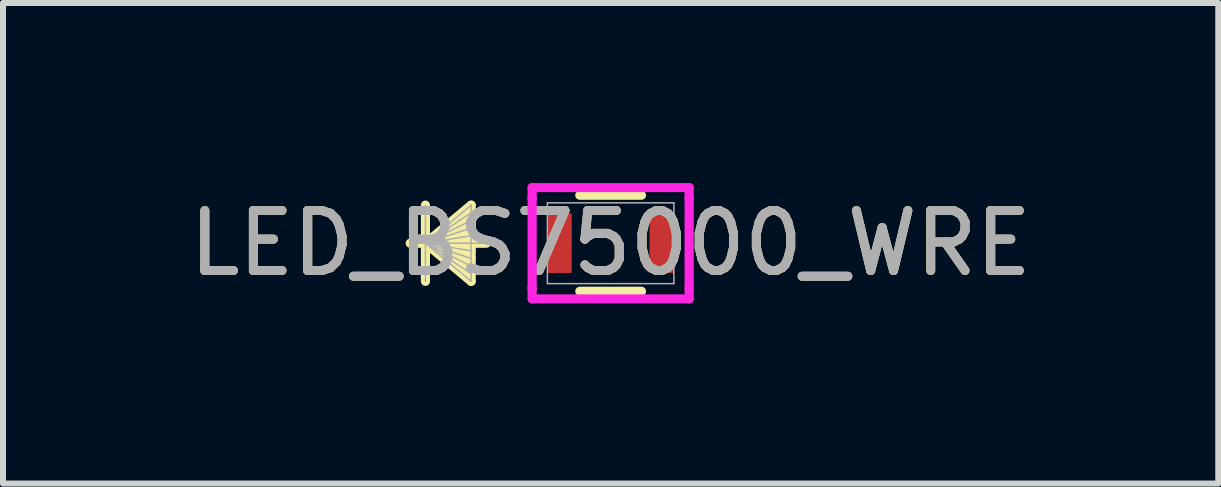
<source format=kicad_pcb>
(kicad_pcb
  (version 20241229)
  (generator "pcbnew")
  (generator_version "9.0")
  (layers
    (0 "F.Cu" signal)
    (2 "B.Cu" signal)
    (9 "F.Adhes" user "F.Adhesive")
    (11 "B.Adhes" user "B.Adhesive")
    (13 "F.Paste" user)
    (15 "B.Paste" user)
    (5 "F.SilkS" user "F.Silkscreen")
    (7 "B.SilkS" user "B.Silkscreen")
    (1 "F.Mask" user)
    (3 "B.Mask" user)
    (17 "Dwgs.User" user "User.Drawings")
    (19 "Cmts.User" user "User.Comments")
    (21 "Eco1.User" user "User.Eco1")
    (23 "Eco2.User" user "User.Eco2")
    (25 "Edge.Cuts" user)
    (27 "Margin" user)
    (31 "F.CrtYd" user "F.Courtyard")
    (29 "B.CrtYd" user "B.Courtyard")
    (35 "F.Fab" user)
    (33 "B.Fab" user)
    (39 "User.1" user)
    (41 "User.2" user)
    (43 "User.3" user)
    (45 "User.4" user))
  (footprint "LED_BS75000_WRE"
    (layer "F.Cu")
    (at 7.125 1.003)
    (property "Reference" "LED_BS75000_WRE" (at 0 0 0) (unlocked yes) (layer "F.SilkS") (effects (font (size 1 1) (thickness 0.15))))
    (attr smd)
    (fp_line (start -3.086 -0.635) (end -3.086 0.635) (stroke (width 0.152) (type solid)) (layer "F.SilkS"))
    (fp_line (start -3.086 0) (end -2.324 -0.635) (stroke (width 0.152) (type solid)) (layer "F.SilkS"))
    (fp_line (start -3.086 0) (end -2.324 -0.508) (stroke (width 0.152) (type solid)) (layer "F.SilkS"))
    (fp_line (start -3.086 0) (end -2.324 -0.381) (stroke (width 0.152) (type solid)) (layer "F.SilkS"))
    (fp_line (start -3.086 0) (end -2.324 -0.254) (stroke (width 0.152) (type solid)) (layer "F.SilkS"))
    (fp_line (start -3.086 0) (end -2.324 -0.127) (stroke (width 0.152) (type solid)) (layer "F.SilkS"))
    (fp_line (start -3.086 0) (end -2.324 0.127) (stroke (width 0.152) (type solid)) (layer "F.SilkS"))
    (fp_line (start -3.086 0) (end -2.324 0.254) (stroke (width 0.152) (type solid)) (layer "F.SilkS"))
    (fp_line (start -3.086 0) (end -2.324 0.381) (stroke (width 0.152) (type solid)) (layer "F.SilkS"))
    (fp_line (start -3.086 0) (end -2.324 0.508) (stroke (width 0.152) (type solid)) (layer "F.SilkS"))
    (fp_line (start -3.086 0) (end -2.324 0.635) (stroke (width 0.152) (type solid)) (layer "F.SilkS"))
    (fp_line (start -2.324 -0.635) (end -2.324 0.635) (stroke (width 0.152) (type solid)) (layer "F.SilkS"))
    (fp_line (start -2.07 0) (end -3.34 0) (stroke (width 0.152) (type solid)) (layer "F.SilkS"))
    (fp_line (start -0.514 0.8) (end 0.514 0.8) (stroke (width 0.152) (type solid)) (layer "F.SilkS"))
    (fp_line (start 0.514 -0.8) (end -0.514 -0.8) (stroke (width 0.152) (type solid)) (layer "F.SilkS"))
    (fp_line (start -1.308 -0.927) (end 1.308 -0.927) (stroke (width 0.152) (type solid)) (layer "F.CrtYd"))
    (fp_line (start -1.308 -0.749) (end -1.308 -0.927) (stroke (width 0.152) (type solid)) (layer "F.CrtYd"))
    (fp_line (start -1.308 -0.749) (end -1.308 -0.749) (stroke (width 0.152) (type solid)) (layer "F.CrtYd"))
    (fp_line (start -1.308 0.749) (end -1.308 -0.749) (stroke (width 0.152) (type solid)) (layer "F.CrtYd"))
    (fp_line (start -1.308 0.749) (end -1.308 0.749) (stroke (width 0.152) (type solid)) (layer "F.CrtYd"))
    (fp_line (start -1.308 0.927) (end -1.308 0.749) (stroke (width 0.152) (type solid)) (layer "F.CrtYd"))
    (fp_line (start 1.308 -0.927) (end 1.308 -0.749) (stroke (width 0.152) (type solid)) (layer "F.CrtYd"))
    (fp_line (start 1.308 -0.749) (end 1.308 -0.749) (stroke (width 0.152) (type solid)) (layer "F.CrtYd"))
    (fp_line (start 1.308 -0.749) (end 1.308 0.749) (stroke (width 0.152) (type solid)) (layer "F.CrtYd"))
    (fp_line (start 1.308 0.749) (end 1.308 0.749) (stroke (width 0.152) (type solid)) (layer "F.CrtYd"))
    (fp_line (start 1.308 0.749) (end 1.308 0.927) (stroke (width 0.152) (type solid)) (layer "F.CrtYd"))
    (fp_line (start 1.308 0.927) (end -1.308 0.927) (stroke (width 0.152) (type solid)) (layer "F.CrtYd"))
    (fp_line (start -3.086 -0.635) (end -3.086 0.635) (stroke (width 0.025) (type solid)) (layer "F.Fab"))
    (fp_line (start -3.086 0) (end -2.324 -0.635) (stroke (width 0.025) (type solid)) (layer "F.Fab"))
    (fp_line (start -3.086 0) (end -2.324 -0.508) (stroke (width 0.025) (type solid)) (layer "F.Fab"))
    (fp_line (start -3.086 0) (end -2.324 -0.381) (stroke (width 0.025) (type solid)) (layer "F.Fab"))
    (fp_line (start -3.086 0) (end -2.324 -0.254) (stroke (width 0.025) (type solid)) (layer "F.Fab"))
    (fp_line (start -3.086 0) (end -2.324 -0.127) (stroke (width 0.025) (type solid)) (layer "F.Fab"))
    (fp_line (start -3.086 0) (end -2.324 0.127) (stroke (width 0.025) (type solid)) (layer "F.Fab"))
    (fp_line (start -3.086 0) (end -2.324 0.254) (stroke (width 0.025) (type solid)) (layer "F.Fab"))
    (fp_line (start -3.086 0) (end -2.324 0.381) (stroke (width 0.025) (type solid)) (layer "F.Fab"))
    (fp_line (start -3.086 0) (end -2.324 0.508) (stroke (width 0.025) (type solid)) (layer "F.Fab"))
    (fp_line (start -3.086 0) (end -2.324 0.635) (stroke (width 0.025) (type solid)) (layer "F.Fab"))
    (fp_line (start -2.324 -0.635) (end -2.324 0.635) (stroke (width 0.025) (type solid)) (layer "F.Fab"))
    (fp_line (start -2.07 0) (end -3.34 0) (stroke (width 0.025) (type solid)) (layer "F.Fab"))
    (fp_line (start -1.054 -0.673) (end -1.054 0.673) (stroke (width 0.025) (type solid)) (layer "F.Fab"))
    (fp_line (start -1.054 0.673) (end 1.054 0.673) (stroke (width 0.025) (type solid)) (layer "F.Fab"))
    (fp_line (start 1.054 -0.673) (end -1.054 -0.673) (stroke (width 0.025) (type solid)) (layer "F.Fab"))
    (fp_line (start 1.054 0.673) (end 1.054 -0.673) (stroke (width 0.025) (type solid)) (layer "F.Fab"))
    (fp_text user "${REFERENCE}" (at 0 0 0) (unlocked yes) (layer "F.Fab") (effects (font (size 1 1) (thickness 0.15))))
    (pad "1" smd rect (at -0.851 0) (size 0.406 0.991) (layers "F.Cu" "F.Mask" "F.Paste"))
    (pad "2" smd rect (at 0.851 0) (size 0.406 0.991) (layers "F.Cu" "F.Mask" "F.Paste"))
    (zone (net_name "") (layer "F.Cu") (hatch full 0.508) (connect_pads) (min_thickness 0.254) (filled_areas_thickness no) (keepout (tracks not_allowed) (vias not_allowed) (pads allowed) (copperpour not_allowed) (footprints allowed)) (placement (enabled no)) (fill) (polygon (pts (xy 6.528 0.381) (xy 7.722 0.381) (xy 7.722 1.626) (xy 6.528 1.626)))))
  (gr_rect
    (start -3 -3)
    (end 17.25 5.007)
    (stroke (width 0.1) (type default))
    (fill no)
    (layer "Edge.Cuts")))
</source>
